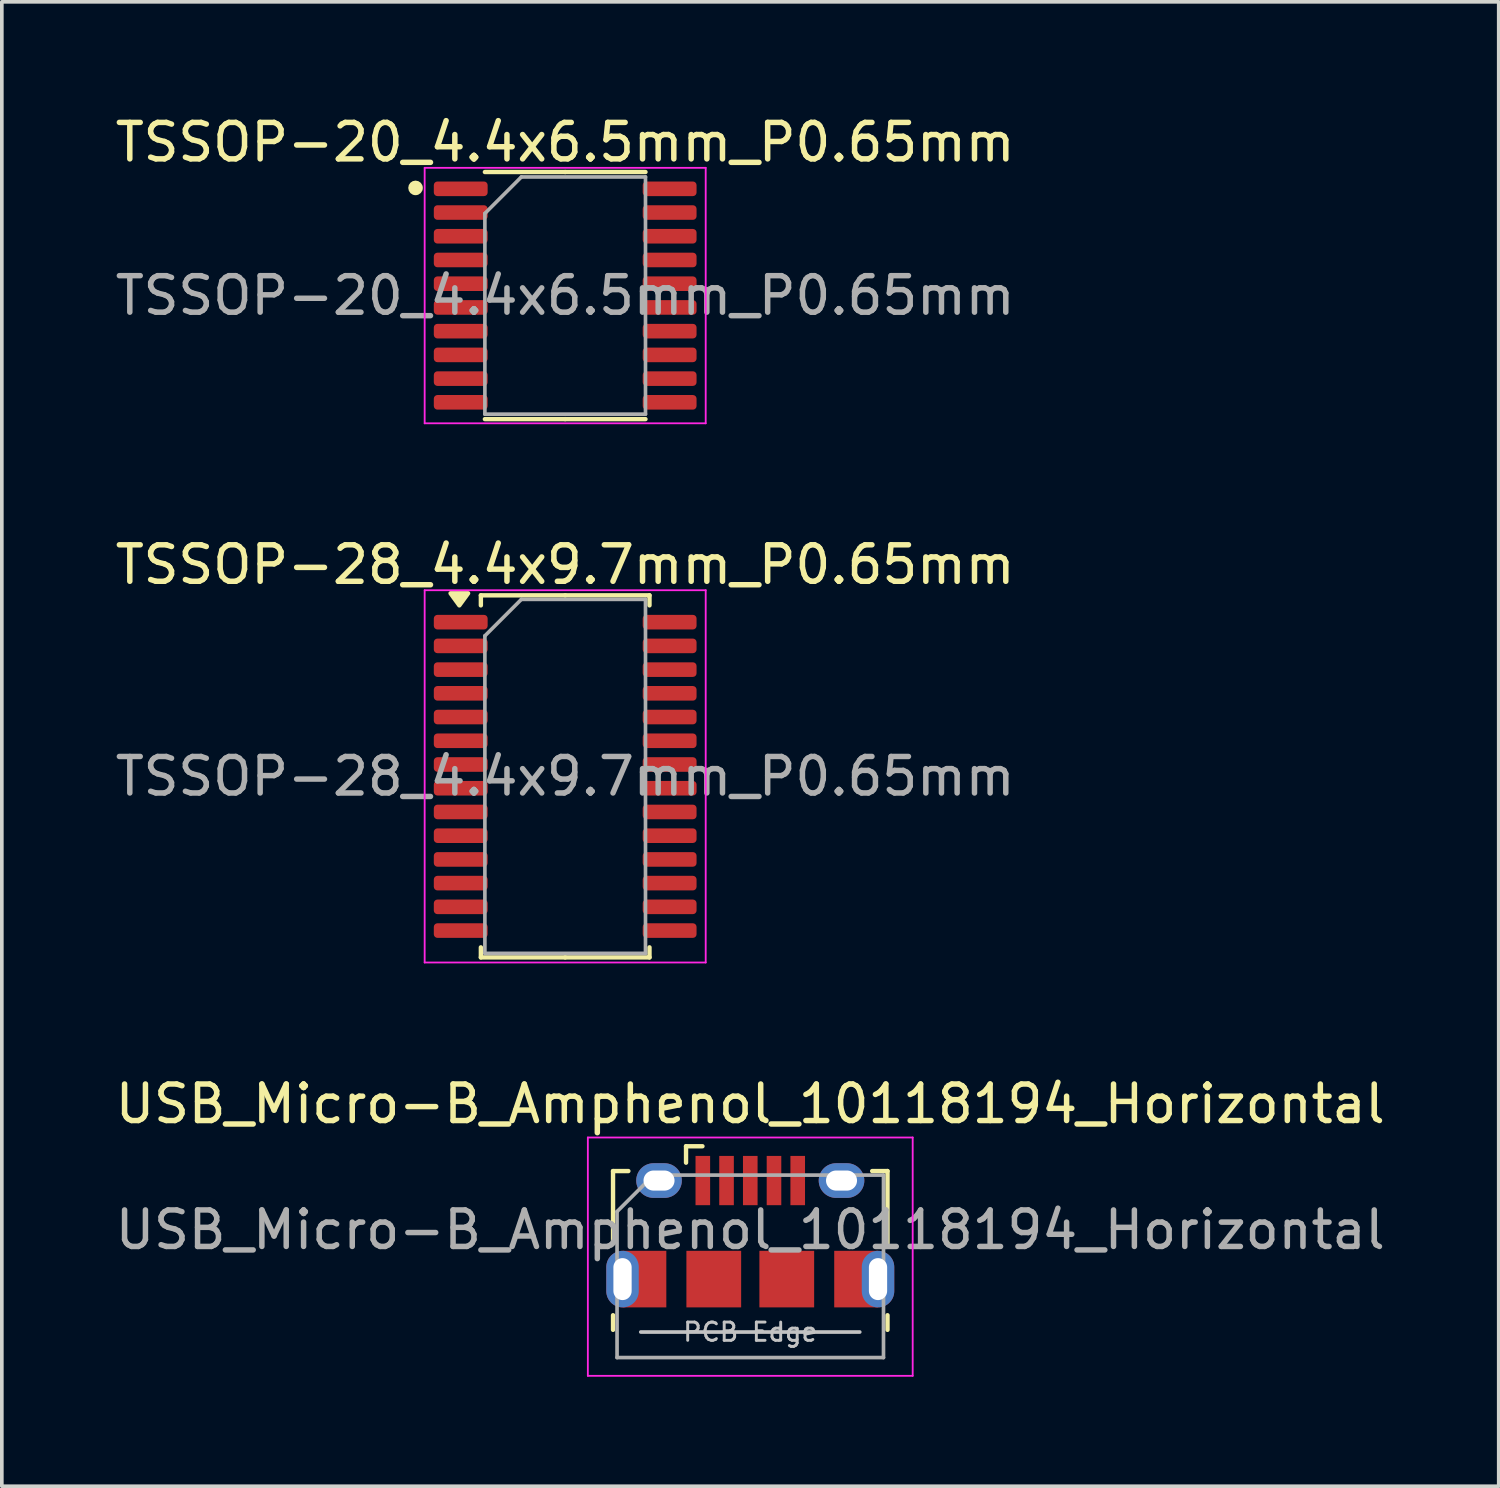
<source format=kicad_pcb>
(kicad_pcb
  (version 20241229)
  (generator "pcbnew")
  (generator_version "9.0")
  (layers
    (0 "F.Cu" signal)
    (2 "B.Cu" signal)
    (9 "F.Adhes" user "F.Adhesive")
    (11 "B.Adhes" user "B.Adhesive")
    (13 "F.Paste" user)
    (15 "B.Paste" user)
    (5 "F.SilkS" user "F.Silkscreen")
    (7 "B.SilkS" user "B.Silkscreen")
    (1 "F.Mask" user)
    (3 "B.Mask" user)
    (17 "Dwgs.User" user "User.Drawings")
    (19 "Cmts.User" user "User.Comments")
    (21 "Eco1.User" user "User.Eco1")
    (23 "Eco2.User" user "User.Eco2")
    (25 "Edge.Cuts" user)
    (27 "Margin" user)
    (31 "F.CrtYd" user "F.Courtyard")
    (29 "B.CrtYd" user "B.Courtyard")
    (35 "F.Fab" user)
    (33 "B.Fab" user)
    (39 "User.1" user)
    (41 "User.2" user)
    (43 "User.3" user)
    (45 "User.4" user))
  (footprint "USB_Micro-B_Amphenol_10118194_Horizontal"
    (layer "F.Cu")
    (at 17.506 30.695)
    (property "Reference" "USB_Micro-B_Amphenol_10118194_Horizontal" (at 0 -3.5 0) (layer "F.SilkS") (effects (font (size 1 1) (thickness 0.15))))
    (attr smd)
    (fp_line (start -3.76 -1.66) (end -3.34 -1.66) (stroke (width 0.12) (type solid)) (layer "F.SilkS"))
    (fp_line (start -3.76 0.32) (end -3.76 -1.66) (stroke (width 0.12) (type solid)) (layer "F.SilkS"))
    (fp_line (start -3.76 2.69) (end -3.76 2.29) (stroke (width 0.12) (type solid)) (layer "F.SilkS"))
    (fp_line (start -1.76 -1.89) (end -1.76 -2.34) (stroke (width 0.12) (type solid)) (layer "F.SilkS"))
    (fp_line (start -1.31 -2.34) (end -1.76 -2.34) (stroke (width 0.12) (type solid)) (layer "F.SilkS"))
    (fp_line (start 3.76 -1.66) (end 3.34 -1.66) (stroke (width 0.12) (type solid)) (layer "F.SilkS"))
    (fp_line (start 3.76 0.32) (end 3.76 -1.66) (stroke (width 0.12) (type solid)) (layer "F.SilkS"))
    (fp_line (start 3.76 2.29) (end 3.76 2.69) (stroke (width 0.12) (type solid)) (layer "F.SilkS"))
    (fp_line (start 3 2.75) (end -3 2.75) (stroke (width 0.1) (type solid)) (layer "Dwgs.User"))
    (fp_line (start -4.45 -2.58) (end -4.45 3.95) (stroke (width 0.05) (type solid)) (layer "F.CrtYd"))
    (fp_line (start -4.45 -2.58) (end 4.45 -2.58) (stroke (width 0.05) (type solid)) (layer "F.CrtYd"))
    (fp_line (start -4.45 3.95) (end 4.45 3.95) (stroke (width 0.05) (type solid)) (layer "F.CrtYd"))
    (fp_line (start 4.45 -2.58) (end 4.45 3.95) (stroke (width 0.05) (type solid)) (layer "F.CrtYd"))
    (fp_line (start -3.65 -0.55) (end -2.65 -1.55) (stroke (width 0.1) (type solid)) (layer "F.Fab"))
    (fp_line (start -3.65 3.45) (end -3.65 -0.55) (stroke (width 0.1) (type solid)) (layer "F.Fab"))
    (fp_line (start -2.65 -1.55) (end 3.65 -1.55) (stroke (width 0.1) (type solid)) (layer "F.Fab"))
    (fp_line (start 3.65 -1.55) (end 3.65 3.45) (stroke (width 0.1) (type solid)) (layer "F.Fab"))
    (fp_line (start 3.65 3.45) (end -3.65 3.45) (stroke (width 0.1) (type solid)) (layer "F.Fab"))
    (fp_text user "PCB Edge" (at 0 2.75 0) (layer "Dwgs.User") (effects (font (size 0.5 0.5) (thickness 0.08))))
    (fp_text user "${REFERENCE}" (at 0 -0.05 0) (layer "F.Fab") (effects (font (size 1 1) (thickness 0.15))))
    (pad "" smd oval (at -3.5 1.3) (size 0.89 1.55) (layers "F.Paste"))
    (pad "" smd oval (at -2.5 -1.4) (size 1.25 0.95) (layers "F.Paste"))
    (pad "" smd oval (at 2.5 -1.4) (size 1.25 0.95) (layers "F.Paste"))
    (pad "" smd oval (at 3.5 1.3) (size 0.89 1.55) (layers "F.Paste"))
    (pad "1" smd rect (at -1.3 -1.4) (size 0.4 1.35) (layers "F.Cu" "F.Mask" "F.Paste"))
    (pad "2" smd rect (at -0.65 -1.4) (size 0.4 1.35) (layers "F.Cu" "F.Mask" "F.Paste"))
    (pad "3" smd rect (at 0 -1.4) (size 0.4 1.35) (layers "F.Cu" "F.Mask" "F.Paste"))
    (pad "4" smd rect (at 0.65 -1.4) (size 0.4 1.35) (layers "F.Cu" "F.Mask" "F.Paste"))
    (pad "5" smd rect (at 1.3 -1.4) (size 0.4 1.35) (layers "F.Cu" "F.Mask" "F.Paste"))
    (pad "6" thru_hole oval (at -3.5 1.3) (size 0.89 1.55) (drill oval 0.5 1.15) (layers "*.Cu" "*.Mask"))
    (pad "6" smd rect (at -2.9 1.3) (size 1.2 1.55) (layers "F.Cu" "F.Mask" "F.Paste"))
    (pad "6" thru_hole oval (at -2.5 -1.4) (size 1.25 0.95) (drill oval 0.85 0.55) (layers "*.Cu" "*.Mask"))
    (pad "6" smd rect (at -1 1.3) (size 1.5 1.55) (layers "F.Cu" "F.Mask" "F.Paste"))
    (pad "6" smd rect (at 1 1.3) (size 1.5 1.55) (layers "F.Cu" "F.Mask" "F.Paste"))
    (pad "6" thru_hole oval (at 2.5 -1.4) (size 1.25 0.95) (drill oval 0.85 0.55) (layers "*.Cu" "*.Mask"))
    (pad "6" smd rect (at 2.9 1.3) (size 1.2 1.55) (layers "F.Cu" "F.Mask" "F.Paste"))
    (pad "6" thru_hole oval (at 3.5 1.3) (size 0.89 1.55) (drill oval 0.5 1.15) (layers "*.Cu" "*.Mask")))
  (footprint "TSSOP-20_4.4x6.5mm_P0.65mm"
    (layer "F.Cu")
    (at 12.435 5.048)
    (property "Reference" "TSSOP-20_4.4x6.5mm_P0.65mm" (at 0 -4.2 0) (layer "F.SilkS") (effects (font (size 1 1) (thickness 0.15))))
    (attr smd)
    (fp_line (start 0 -3.385) (end -2.2 -3.385) (stroke (width 0.12) (type solid)) (layer "F.SilkS"))
    (fp_line (start 0 -3.385) (end 2.2 -3.385) (stroke (width 0.12) (type solid)) (layer "F.SilkS"))
    (fp_line (start 0 3.385) (end -2.2 3.385) (stroke (width 0.12) (type solid)) (layer "F.SilkS"))
    (fp_line (start 0 3.385) (end 2.2 3.385) (stroke (width 0.12) (type solid)) (layer "F.SilkS"))
    (fp_circle (center -4.1 -2.95) (end -4.1 -2.85) (stroke (width 0.2) (type solid)) (fill no) (layer "F.SilkS"))
    (fp_line (start -3.85 -3.5) (end -3.85 3.5) (stroke (width 0.05) (type solid)) (layer "F.CrtYd"))
    (fp_line (start -3.85 3.5) (end 3.85 3.5) (stroke (width 0.05) (type solid)) (layer "F.CrtYd"))
    (fp_line (start 3.85 -3.5) (end -3.85 -3.5) (stroke (width 0.05) (type solid)) (layer "F.CrtYd"))
    (fp_line (start 3.85 3.5) (end 3.85 -3.5) (stroke (width 0.05) (type solid)) (layer "F.CrtYd"))
    (fp_line (start -2.2 -2.25) (end -1.2 -3.25) (stroke (width 0.1) (type solid)) (layer "F.Fab"))
    (fp_line (start -2.2 3.25) (end -2.2 -2.25) (stroke (width 0.1) (type solid)) (layer "F.Fab"))
    (fp_line (start -1.2 -3.25) (end 2.2 -3.25) (stroke (width 0.1) (type solid)) (layer "F.Fab"))
    (fp_line (start 2.2 -3.25) (end 2.2 3.25) (stroke (width 0.1) (type solid)) (layer "F.Fab"))
    (fp_line (start 2.2 3.25) (end -2.2 3.25) (stroke (width 0.1) (type solid)) (layer "F.Fab"))
    (fp_text user "${REFERENCE}" (at 0 0 0) (layer "F.Fab") (effects (font (size 1 1) (thickness 0.15))))
    (pad "1" smd roundrect (at -2.862 -2.925) (size 1.475 0.4) (layers "F.Cu" "F.Mask" "F.Paste") (roundrect_rratio 0.25))
    (pad "2" smd roundrect (at -2.862 -2.275) (size 1.475 0.4) (layers "F.Cu" "F.Mask" "F.Paste") (roundrect_rratio 0.25))
    (pad "3" smd roundrect (at -2.862 -1.625) (size 1.475 0.4) (layers "F.Cu" "F.Mask" "F.Paste") (roundrect_rratio 0.25))
    (pad "4" smd roundrect (at -2.862 -0.975) (size 1.475 0.4) (layers "F.Cu" "F.Mask" "F.Paste") (roundrect_rratio 0.25))
    (pad "5" smd roundrect (at -2.862 -0.325) (size 1.475 0.4) (layers "F.Cu" "F.Mask" "F.Paste") (roundrect_rratio 0.25))
    (pad "6" smd roundrect (at -2.862 0.325) (size 1.475 0.4) (layers "F.Cu" "F.Mask" "F.Paste") (roundrect_rratio 0.25))
    (pad "7" smd roundrect (at -2.862 0.975) (size 1.475 0.4) (layers "F.Cu" "F.Mask" "F.Paste") (roundrect_rratio 0.25))
    (pad "8" smd roundrect (at -2.862 1.625) (size 1.475 0.4) (layers "F.Cu" "F.Mask" "F.Paste") (roundrect_rratio 0.25))
    (pad "9" smd roundrect (at -2.862 2.275) (size 1.475 0.4) (layers "F.Cu" "F.Mask" "F.Paste") (roundrect_rratio 0.25))
    (pad "10" smd roundrect (at -2.862 2.925) (size 1.475 0.4) (layers "F.Cu" "F.Mask" "F.Paste") (roundrect_rratio 0.25))
    (pad "11" smd roundrect (at 2.862 2.925) (size 1.475 0.4) (layers "F.Cu" "F.Mask" "F.Paste") (roundrect_rratio 0.25))
    (pad "12" smd roundrect (at 2.862 2.275) (size 1.475 0.4) (layers "F.Cu" "F.Mask" "F.Paste") (roundrect_rratio 0.25))
    (pad "13" smd roundrect (at 2.862 1.625) (size 1.475 0.4) (layers "F.Cu" "F.Mask" "F.Paste") (roundrect_rratio 0.25))
    (pad "14" smd roundrect (at 2.862 0.975) (size 1.475 0.4) (layers "F.Cu" "F.Mask" "F.Paste") (roundrect_rratio 0.25))
    (pad "15" smd roundrect (at 2.862 0.325) (size 1.475 0.4) (layers "F.Cu" "F.Mask" "F.Paste") (roundrect_rratio 0.25))
    (pad "16" smd roundrect (at 2.862 -0.325) (size 1.475 0.4) (layers "F.Cu" "F.Mask" "F.Paste") (roundrect_rratio 0.25))
    (pad "17" smd roundrect (at 2.862 -0.975) (size 1.475 0.4) (layers "F.Cu" "F.Mask" "F.Paste") (roundrect_rratio 0.25))
    (pad "18" smd roundrect (at 2.862 -1.625) (size 1.475 0.4) (layers "F.Cu" "F.Mask" "F.Paste") (roundrect_rratio 0.25))
    (pad "19" smd roundrect (at 2.862 -2.275) (size 1.475 0.4) (layers "F.Cu" "F.Mask" "F.Paste") (roundrect_rratio 0.25))
    (pad "20" smd roundrect (at 2.862 -2.925) (size 1.475 0.4) (layers "F.Cu" "F.Mask" "F.Paste") (roundrect_rratio 0.25)))
  (footprint "TSSOP-28_4.4x9.7mm_P0.65mm"
    (layer "F.Cu")
    (at 12.435 18.221)
    (property "Reference" "TSSOP-28_4.4x9.7mm_P0.65mm" (at 0 -5.8 0) (layer "F.SilkS") (effects (font (size 1 1) (thickness 0.15))))
    (attr smd)
    (fp_line (start -2.31 -4.96) (end -2.31 -4.685) (stroke (width 0.12) (type solid)) (layer "F.SilkS"))
    (fp_line (start -2.31 4.96) (end -2.31 4.685) (stroke (width 0.12) (type solid)) (layer "F.SilkS"))
    (fp_line (start 0 -4.96) (end -2.31 -4.96) (stroke (width 0.12) (type solid)) (layer "F.SilkS"))
    (fp_line (start 0 -4.96) (end 2.31 -4.96) (stroke (width 0.12) (type solid)) (layer "F.SilkS"))
    (fp_line (start 0 4.96) (end -2.31 4.96) (stroke (width 0.12) (type solid)) (layer "F.SilkS"))
    (fp_line (start 0 4.96) (end 2.31 4.96) (stroke (width 0.12) (type solid)) (layer "F.SilkS"))
    (fp_line (start 2.31 -4.96) (end 2.31 -4.685) (stroke (width 0.12) (type solid)) (layer "F.SilkS"))
    (fp_line (start 2.31 4.96) (end 2.31 4.685) (stroke (width 0.12) (type solid)) (layer "F.SilkS"))
    (fp_poly (pts (xy -2.9 -4.685) (xy -3.14 -5.015) (xy -2.66 -5.015) (xy -2.9 -4.685)) (stroke (width 0.12) (type solid)) (fill yes) (layer "F.SilkS"))
    (fp_line (start -3.85 -5.1) (end -3.85 5.1) (stroke (width 0.05) (type solid)) (layer "F.CrtYd"))
    (fp_line (start -3.85 5.1) (end 3.85 5.1) (stroke (width 0.05) (type solid)) (layer "F.CrtYd"))
    (fp_line (start 3.85 -5.1) (end -3.85 -5.1) (stroke (width 0.05) (type solid)) (layer "F.CrtYd"))
    (fp_line (start 3.85 5.1) (end 3.85 -5.1) (stroke (width 0.05) (type solid)) (layer "F.CrtYd"))
    (fp_line (start -2.2 -3.85) (end -1.2 -4.85) (stroke (width 0.1) (type solid)) (layer "F.Fab"))
    (fp_line (start -2.2 4.85) (end -2.2 -3.85) (stroke (width 0.1) (type solid)) (layer "F.Fab"))
    (fp_line (start -1.2 -4.85) (end 2.2 -4.85) (stroke (width 0.1) (type solid)) (layer "F.Fab"))
    (fp_line (start 2.2 -4.85) (end 2.2 4.85) (stroke (width 0.1) (type solid)) (layer "F.Fab"))
    (fp_line (start 2.2 4.85) (end -2.2 4.85) (stroke (width 0.1) (type solid)) (layer "F.Fab"))
    (fp_text user "${REFERENCE}" (at 0 0 0) (layer "F.Fab") (effects (font (size 1 1) (thickness 0.15))))
    (pad "1" smd roundrect (at -2.862 -4.225) (size 1.475 0.4) (layers "F.Cu" "F.Mask" "F.Paste") (roundrect_rratio 0.25))
    (pad "2" smd roundrect (at -2.862 -3.575) (size 1.475 0.4) (layers "F.Cu" "F.Mask" "F.Paste") (roundrect_rratio 0.25))
    (pad "3" smd roundrect (at -2.862 -2.925) (size 1.475 0.4) (layers "F.Cu" "F.Mask" "F.Paste") (roundrect_rratio 0.25))
    (pad "4" smd roundrect (at -2.862 -2.275) (size 1.475 0.4) (layers "F.Cu" "F.Mask" "F.Paste") (roundrect_rratio 0.25))
    (pad "5" smd roundrect (at -2.862 -1.625) (size 1.475 0.4) (layers "F.Cu" "F.Mask" "F.Paste") (roundrect_rratio 0.25))
    (pad "6" smd roundrect (at -2.862 -0.975) (size 1.475 0.4) (layers "F.Cu" "F.Mask" "F.Paste") (roundrect_rratio 0.25))
    (pad "7" smd roundrect (at -2.862 -0.325) (size 1.475 0.4) (layers "F.Cu" "F.Mask" "F.Paste") (roundrect_rratio 0.25))
    (pad "8" smd roundrect (at -2.862 0.325) (size 1.475 0.4) (layers "F.Cu" "F.Mask" "F.Paste") (roundrect_rratio 0.25))
    (pad "9" smd roundrect (at -2.862 0.975) (size 1.475 0.4) (layers "F.Cu" "F.Mask" "F.Paste") (roundrect_rratio 0.25))
    (pad "10" smd roundrect (at -2.862 1.625) (size 1.475 0.4) (layers "F.Cu" "F.Mask" "F.Paste") (roundrect_rratio 0.25))
    (pad "11" smd roundrect (at -2.862 2.275) (size 1.475 0.4) (layers "F.Cu" "F.Mask" "F.Paste") (roundrect_rratio 0.25))
    (pad "12" smd roundrect (at -2.862 2.925) (size 1.475 0.4) (layers "F.Cu" "F.Mask" "F.Paste") (roundrect_rratio 0.25))
    (pad "13" smd roundrect (at -2.862 3.575) (size 1.475 0.4) (layers "F.Cu" "F.Mask" "F.Paste") (roundrect_rratio 0.25))
    (pad "14" smd roundrect (at -2.862 4.225) (size 1.475 0.4) (layers "F.Cu" "F.Mask" "F.Paste") (roundrect_rratio 0.25))
    (pad "15" smd roundrect (at 2.862 4.225) (size 1.475 0.4) (layers "F.Cu" "F.Mask" "F.Paste") (roundrect_rratio 0.25))
    (pad "16" smd roundrect (at 2.862 3.575) (size 1.475 0.4) (layers "F.Cu" "F.Mask" "F.Paste") (roundrect_rratio 0.25))
    (pad "17" smd roundrect (at 2.862 2.925) (size 1.475 0.4) (layers "F.Cu" "F.Mask" "F.Paste") (roundrect_rratio 0.25))
    (pad "18" smd roundrect (at 2.862 2.275) (size 1.475 0.4) (layers "F.Cu" "F.Mask" "F.Paste") (roundrect_rratio 0.25))
    (pad "19" smd roundrect (at 2.862 1.625) (size 1.475 0.4) (layers "F.Cu" "F.Mask" "F.Paste") (roundrect_rratio 0.25))
    (pad "20" smd roundrect (at 2.862 0.975) (size 1.475 0.4) (layers "F.Cu" "F.Mask" "F.Paste") (roundrect_rratio 0.25))
    (pad "21" smd roundrect (at 2.862 0.325) (size 1.475 0.4) (layers "F.Cu" "F.Mask" "F.Paste") (roundrect_rratio 0.25))
    (pad "22" smd roundrect (at 2.862 -0.325) (size 1.475 0.4) (layers "F.Cu" "F.Mask" "F.Paste") (roundrect_rratio 0.25))
    (pad "23" smd roundrect (at 2.862 -0.975) (size 1.475 0.4) (layers "F.Cu" "F.Mask" "F.Paste") (roundrect_rratio 0.25))
    (pad "24" smd roundrect (at 2.862 -1.625) (size 1.475 0.4) (layers "F.Cu" "F.Mask" "F.Paste") (roundrect_rratio 0.25))
    (pad "25" smd roundrect (at 2.862 -2.275) (size 1.475 0.4) (layers "F.Cu" "F.Mask" "F.Paste") (roundrect_rratio 0.25))
    (pad "26" smd roundrect (at 2.862 -2.925) (size 1.475 0.4) (layers "F.Cu" "F.Mask" "F.Paste") (roundrect_rratio 0.25))
    (pad "27" smd roundrect (at 2.862 -3.575) (size 1.475 0.4) (layers "F.Cu" "F.Mask" "F.Paste") (roundrect_rratio 0.25))
    (pad "28" smd roundrect (at 2.862 -4.225) (size 1.475 0.4) (layers "F.Cu" "F.Mask" "F.Paste") (roundrect_rratio 0.25)))
  (gr_rect
    (start -3 -3)
    (end 38.012 37.67)
    (stroke (width 0.1) (type default))
    (fill no)
    (layer "Edge.Cuts")))
</source>
